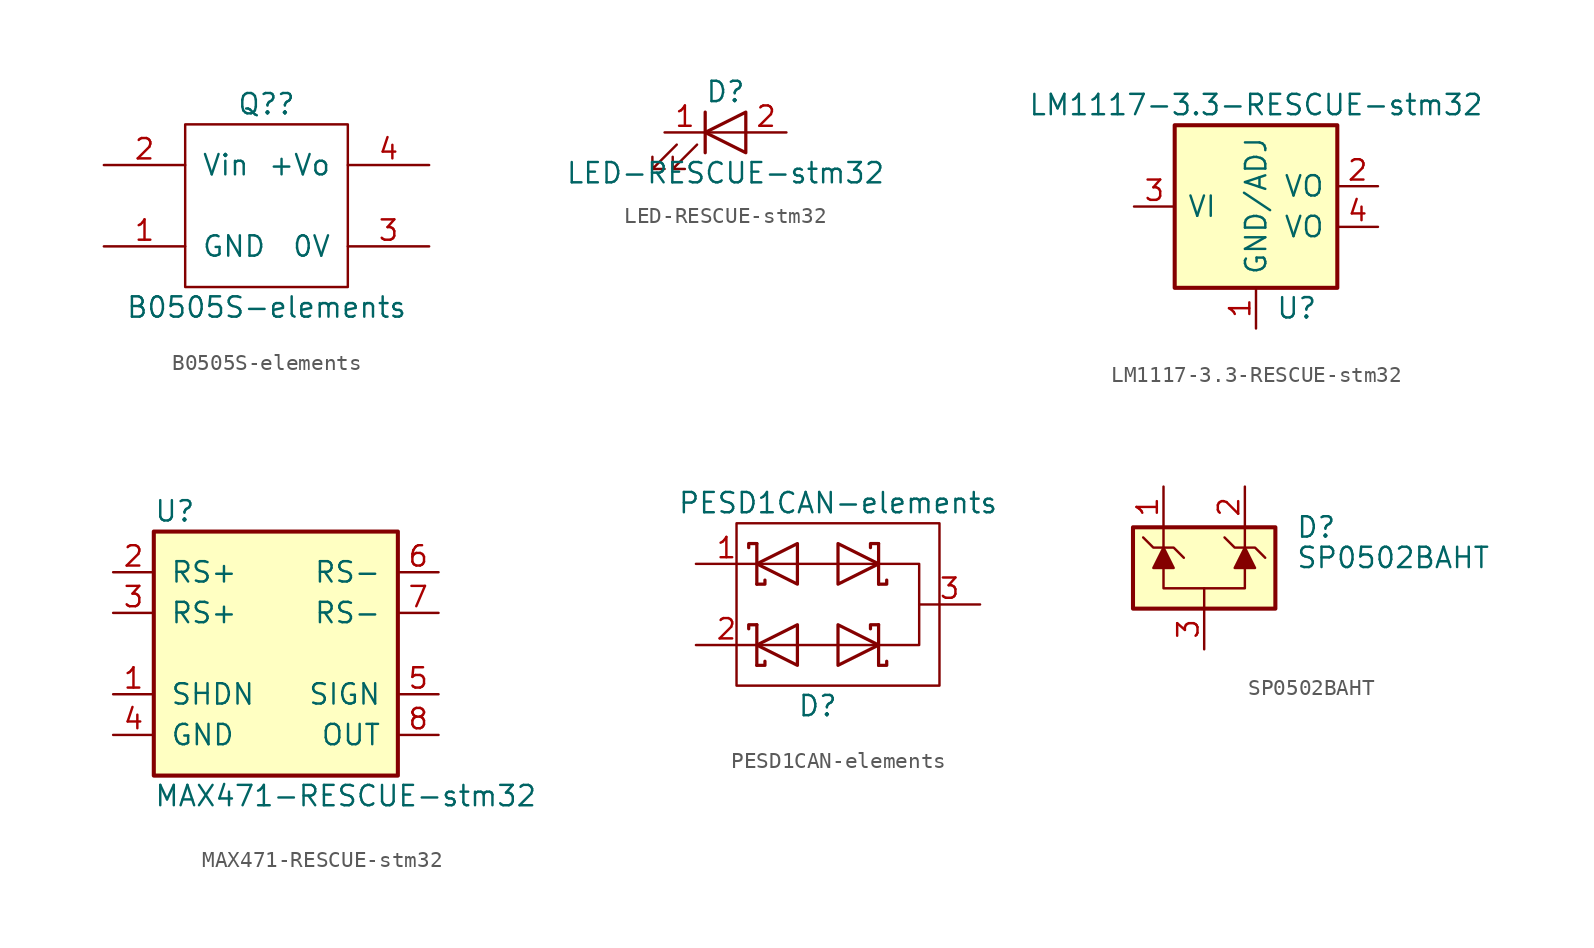
<source format=kicad_sym>
(kicad_symbol_lib
  (version 20211014)
  (generator kicad_symbol_editor)
  (symbol "B0505S-elements"
    (pin_names
      (offset 1.016))
    (property "Reference" "Q?"
      (at 0 6.35 0)
      (effects (font (size 1.27 1.27))))
    (property "Value" "B0505S-elements"
      (at 0 -6.35 0)
      (effects (font (size 1.27 1.27))))
    (symbol "B0505S-elements_0_1"
      (rectangle (start -5.08 5.08) (end 5.08 -5.08) (stroke (width 0) (type default) (color 0 0 0 0)) (fill (type none))))
    (symbol "B0505S-elements_1_1"
      (pin power_in line (at -10.16 -2.54 0) (length 5.08) (name "GND" (effects (font (size 1.27 1.27)))) (number "1" (effects (font (size 1.27 1.27)))))
      (pin power_in line (at -10.16 2.54 0) (length 5.08) (name "Vin" (effects (font (size 1.27 1.27)))) (number "2" (effects (font (size 1.27 1.27)))))
      (pin power_out line (at 10.16 -2.54 180) (length 5.08) (name "0V" (effects (font (size 1.27 1.27)))) (number "3" (effects (font (size 1.27 1.27)))))
      (pin power_out line (at 10.16 2.54 180) (length 5.08) (name "+Vo" (effects (font (size 1.27 1.27)))) (number "4" (effects (font (size 1.27 1.27)))))))
  (symbol "LED-RESCUE-stm32"
    (pin_names
      (offset 1.016) hide)
    (property "Reference" "D"
      (at 0 2.54 0)
      (effects (font (size 1.27 1.27))))
    (property "Value" "LED-RESCUE-stm32"
      (at 0 -2.54 0)
      (effects (font (size 1.27 1.27))))
    (property "Footprint" ""
      (at 0 0 0)
      (effects (font (size 1.27 1.27))))
    (property "Datasheet" ""
      (at 0 0 0)
      (effects (font (size 1.27 1.27))))
    (symbol "LED-RESCUE-stm32_0_1"
      (polyline (pts (xy -1.27 -1.27) (xy -1.27 1.27)) (stroke (width 0.203) (type default) (color 0 0 0 0)) (fill (type none)))
      (polyline (pts (xy -1.27 0) (xy 1.27 0)) (stroke (width 0) (type default) (color 0 0 0 0)) (fill (type none)))
      (polyline (pts (xy 1.27 -1.27) (xy 1.27 1.27) (xy -1.27 0) (xy 1.27 -1.27)) (stroke (width 0.203) (type default) (color 0 0 0 0)) (fill (type none)))
      (polyline (pts (xy -3.048 -0.762) (xy -4.572 -2.286) (xy -3.81 -2.286) (xy -4.572 -2.286) (xy -4.572 -1.524)) (stroke (width 0) (type default) (color 0 0 0 0)) (fill (type none)))
      (polyline (pts (xy -1.778 -0.762) (xy -3.302 -2.286) (xy -2.54 -2.286) (xy -3.302 -2.286) (xy -3.302 -1.524)) (stroke (width 0) (type default) (color 0 0 0 0)) (fill (type none))))
    (symbol "LED-RESCUE-stm32_1_1"
      (pin passive line (at -3.81 0 0) (length 2.54) (name "K" (effects (font (size 1.27 1.27)))) (number "1" (effects (font (size 1.27 1.27)))))
      (pin passive line (at 3.81 0 180) (length 2.54) (name "A" (effects (font (size 1.27 1.27)))) (number "2" (effects (font (size 1.27 1.27)))))))
  (symbol "LM1117-3.3-RESCUE-stm32"
    (pin_names
      (offset 0.762))
    (property "Reference" "U"
      (at 2.54 -6.35 0)
      (effects (font (size 1.27 1.27))))
    (property "Value" "LM1117-3.3-RESCUE-stm32"
      (at 0 6.35 0)
      (effects (font (size 1.27 1.27))))
    (symbol "LM1117-3.3-RESCUE-stm32_0_1"
      (rectangle (start -5.08 -5.08) (end 5.08 5.08) (stroke (width 0.254) (type default) (color 0 0 0 0)) (fill (type background))))
    (symbol "LM1117-3.3-RESCUE-stm32_1_1"
      (pin power_in line (at 0 -7.62 90) (length 2.54) (name "GND/ADJ" (effects (font (size 1.27 1.27)))) (number "1" (effects (font (size 1.27 1.27)))))
      (pin passive line (at 7.62 1.27 180) (length 2.54) (name "VO" (effects (font (size 1.27 1.27)))) (number "2" (effects (font (size 1.27 1.27)))))
      (pin power_in line (at -7.62 0 0) (length 2.54) (name "VI" (effects (font (size 1.27 1.27)))) (number "3" (effects (font (size 1.27 1.27)))))
      (pin power_out line (at 7.62 -1.27 180) (length 2.54) (name "VO" (effects (font (size 1.27 1.27)))) (number "4" (effects (font (size 1.27 1.27)))))))
  (symbol "MAX471-RESCUE-stm32"
    (pin_names
      (offset 1.016))
    (property "Reference" "U"
      (at -7.62 8.89 0)
      (effects (font (size 1.27 1.27)) (justify left)))
    (property "Value" "MAX471-RESCUE-stm32"
      (at -7.62 -8.89 0)
      (effects (font (size 1.27 1.27)) (justify left)))
    (symbol "MAX471-RESCUE-stm32_0_1"
      (rectangle (start -7.62 7.62) (end 7.62 -7.62) (stroke (width 0.254) (type default) (color 0 0 0 0)) (fill (type background))))
    (symbol "MAX471-RESCUE-stm32_1_1"
      (pin input line (at -10.16 -2.54 0) (length 2.54) (name "SHDN" (effects (font (size 1.27 1.27)))) (number "1" (effects (font (size 1.27 1.27)))))
      (pin power_in line (at -10.16 5.08 0) (length 2.54) (name "RS+" (effects (font (size 1.27 1.27)))) (number "2" (effects (font (size 1.27 1.27)))))
      (pin passive line (at -10.16 2.54 0) (length 2.54) (name "RS+" (effects (font (size 1.27 1.27)))) (number "3" (effects (font (size 1.27 1.27)))))
      (pin power_in line (at -10.16 -5.08 0) (length 2.54) (name "GND" (effects (font (size 1.27 1.27)))) (number "4" (effects (font (size 1.27 1.27)))))
      (pin open_collector line (at 10.16 -2.54 180) (length 2.54) (name "SIGN" (effects (font (size 1.27 1.27)))) (number "5" (effects (font (size 1.27 1.27)))))
      (pin power_out line (at 10.16 5.08 180) (length 2.54) (name "RS-" (effects (font (size 1.27 1.27)))) (number "6" (effects (font (size 1.27 1.27)))))
      (pin passive line (at 10.16 2.54 180) (length 2.54) (name "RS-" (effects (font (size 1.27 1.27)))) (number "7" (effects (font (size 1.27 1.27)))))
      (pin output line (at 10.16 -5.08 180) (length 2.54) (name "OUT" (effects (font (size 1.27 1.27)))) (number "8" (effects (font (size 1.27 1.27)))))))
  (symbol "PESD1CAN-elements"
    (pin_names
      (offset 0.762) hide)
    (property "Reference" "D"
      (at 0 -8.89 0)
      (effects (font (size 1.27 1.27))))
    (property "Value" "PESD1CAN-elements"
      (at 1.27 3.81 0)
      (effects (font (size 1.27 1.27))))
    (property "Footprint" ""
      (at 0 0 0)
      (effects (font (size 1.27 1.27))))
    (property "Datasheet" ""
      (at 0 0 0)
      (effects (font (size 1.27 1.27))))
    (symbol "PESD1CAN-elements_0_1"
      (rectangle (start -5.08 2.54) (end 7.62 -7.62) (stroke (width 0) (type default) (color 0 0 0 0)) (fill (type none)))
      (polyline (pts (xy -3.556 -5.08) (xy 3.81 -5.08)) (stroke (width 0) (type default) (color 0 0 0 0)) (fill (type none)))
      (polyline (pts (xy -3.556 0) (xy 3.81 0)) (stroke (width 0) (type default) (color 0 0 0 0)) (fill (type none)))
      (polyline (pts (xy -3.81 -3.81) (xy -3.81 -6.35) (xy -3.81 -6.35)) (stroke (width 0.203) (type default) (color 0 0 0 0)) (fill (type none)))
      (polyline (pts (xy -3.81 1.27) (xy -3.81 -1.27) (xy -3.81 -1.27)) (stroke (width 0.203) (type default) (color 0 0 0 0)) (fill (type none)))
      (polyline (pts (xy 3.81 -3.81) (xy 3.81 -6.35) (xy 3.81 -6.35)) (stroke (width 0.203) (type default) (color 0 0 0 0)) (fill (type none)))
      (polyline (pts (xy 3.81 1.27) (xy 3.81 -1.27) (xy 3.81 -1.27)) (stroke (width 0.203) (type default) (color 0 0 0 0)) (fill (type none)))
      (polyline (pts (xy -3.81 -3.81) (xy -4.318 -3.81) (xy -4.318 -4.064) (xy -4.318 -4.064)) (stroke (width 0.203) (type default) (color 0 0 0 0)) (fill (type none)))
      (polyline (pts (xy -3.81 1.27) (xy -4.318 1.27) (xy -4.318 1.016) (xy -4.318 1.016)) (stroke (width 0.203) (type default) (color 0 0 0 0)) (fill (type none)))
      (polyline (pts (xy 3.81 -6.35) (xy 4.318 -6.35) (xy 4.318 -6.096) (xy 4.318 -6.096)) (stroke (width 0.203) (type default) (color 0 0 0 0)) (fill (type none)))
      (polyline (pts (xy 3.81 -3.81) (xy 3.302 -3.81) (xy 3.302 -4.064) (xy 3.302 -4.064)) (stroke (width 0.203) (type default) (color 0 0 0 0)) (fill (type none)))
      (polyline (pts (xy 3.81 -1.27) (xy 4.318 -1.27) (xy 4.318 -1.016) (xy 4.318 -1.016)) (stroke (width 0.203) (type default) (color 0 0 0 0)) (fill (type none)))
      (polyline (pts (xy 3.81 0) (xy 6.35 0) (xy 6.35 -5.08) (xy 3.81 -5.08)) (stroke (width 0) (type default) (color 0 0 0 0)) (fill (type none)))
      (polyline (pts (xy 3.81 1.27) (xy 3.302 1.27) (xy 3.302 1.016) (xy 3.302 1.016)) (stroke (width 0.203) (type default) (color 0 0 0 0)) (fill (type none)))
      (polyline (pts (xy -3.302 -6.096) (xy -3.302 -6.35) (xy -3.81 -6.35) (xy -3.81 -6.35) (xy -3.81 -6.35)) (stroke (width 0.203) (type default) (color 0 0 0 0)) (fill (type none)))
      (polyline (pts (xy -3.302 -1.016) (xy -3.302 -1.27) (xy -3.81 -1.27) (xy -3.81 -1.27) (xy -3.81 -1.27)) (stroke (width 0.203) (type default) (color 0 0 0 0)) (fill (type none)))
      (polyline (pts (xy -1.27 -6.35) (xy -3.81 -5.08) (xy -1.27 -3.81) (xy -1.27 -6.35) (xy -1.27 -6.35) (xy -1.27 -6.35)) (stroke (width 0.203) (type default) (color 0 0 0 0)) (fill (type none)))
      (polyline (pts (xy -1.27 -1.27) (xy -3.81 0) (xy -1.27 1.27) (xy -1.27 -1.27) (xy -1.27 -1.27) (xy -1.27 -1.27)) (stroke (width 0.203) (type default) (color 0 0 0 0)) (fill (type none)))
      (polyline (pts (xy 1.27 -3.81) (xy 3.81 -5.08) (xy 1.27 -6.35) (xy 1.27 -3.81) (xy 1.27 -3.81) (xy 1.27 -3.81)) (stroke (width 0.203) (type default) (color 0 0 0 0)) (fill (type none)))
      (polyline (pts (xy 1.27 1.27) (xy 3.81 0) (xy 1.27 -1.27) (xy 1.27 1.27) (xy 1.27 1.27) (xy 1.27 1.27)) (stroke (width 0.203) (type default) (color 0 0 0 0)) (fill (type none)))
      (pin passive line (at -7.62 0 0) (length 3.81) (name "K" (effects (font (size 1.27 1.27)))) (number "1" (effects (font (size 1.27 1.27)))))
      (pin passive line (at -7.62 -5.08 0) (length 3.81) (name "K" (effects (font (size 1.27 1.27)))) (number "2" (effects (font (size 1.27 1.27)))))
      (pin passive line (at 10.16 -2.54 180) (length 3.81) (name "O" (effects (font (size 1.27 1.27)))) (number "3" (effects (font (size 1.27 1.27)))))))
  (symbol "SP0502BAHT"
    (pin_names
      (offset 1.016) hide)
    (property "Reference" "D"
      (at 5.715 2.54 0)
      (effects (font (size 1.27 1.27)) (justify left)))
    (property "Value" "SP0502BAHT"
      (at 5.715 0.635 0)
      (effects (font (size 1.27 1.27)) (justify left)))
    (symbol "SP0502BAHT_0_0"
      (pin input line (at 0 -5.08 90) (length 2.54) (name "A" (effects (font (size 1.27 1.27)))) (number "3" (effects (font (size 1.27 1.27))))))
    (symbol "SP0502BAHT_0_1"
      (rectangle (start -4.445 2.54) (end 4.445 -2.54) (stroke (width 0.254) (type default) (color 0 0 0 0)) (fill (type background)))
      (polyline (pts (xy -2.54 2.54) (xy -2.54 1.27)) (stroke (width 0) (type default) (color 0 0 0 0)) (fill (type none)))
      (polyline (pts (xy 0 -1.27) (xy 0 -2.54)) (stroke (width 0) (type default) (color 0 0 0 0)) (fill (type none)))
      (polyline (pts (xy 2.54 2.54) (xy 2.54 1.27)) (stroke (width 0) (type default) (color 0 0 0 0)) (fill (type none)))
      (polyline (pts (xy -3.81 1.905) (xy -3.175 1.27) (xy -1.905 1.27) (xy -1.27 0.635)) (stroke (width 0) (type default) (color 0 0 0 0)) (fill (type none)))
      (polyline (pts (xy -2.54 0) (xy -2.54 -1.27) (xy 2.54 -1.27) (xy 2.54 0)) (stroke (width 0) (type default) (color 0 0 0 0)) (fill (type none)))
      (polyline (pts (xy -2.54 1.27) (xy -1.905 0) (xy -3.175 0) (xy -2.54 1.27)) (stroke (width 0) (type default) (color 0 0 0 0)) (fill (type outline)))
      (polyline (pts (xy 1.27 1.905) (xy 1.905 1.27) (xy 3.175 1.27) (xy 3.81 0.635)) (stroke (width 0) (type default) (color 0 0 0 0)) (fill (type none)))
      (polyline (pts (xy 2.54 1.27) (xy 1.905 0) (xy 3.175 0) (xy 2.54 1.27)) (stroke (width 0) (type default) (color 0 0 0 0)) (fill (type outline))))
    (symbol "SP0502BAHT_1_1"
      (pin input line (at -2.54 5.08 270) (length 2.54) (name "K" (effects (font (size 1.27 1.27)))) (number "1" (effects (font (size 1.27 1.27)))))
      (pin input line (at 2.54 5.08 270) (length 2.54) (name "K" (effects (font (size 1.27 1.27)))) (number "2" (effects (font (size 1.27 1.27))))))))
</source>
